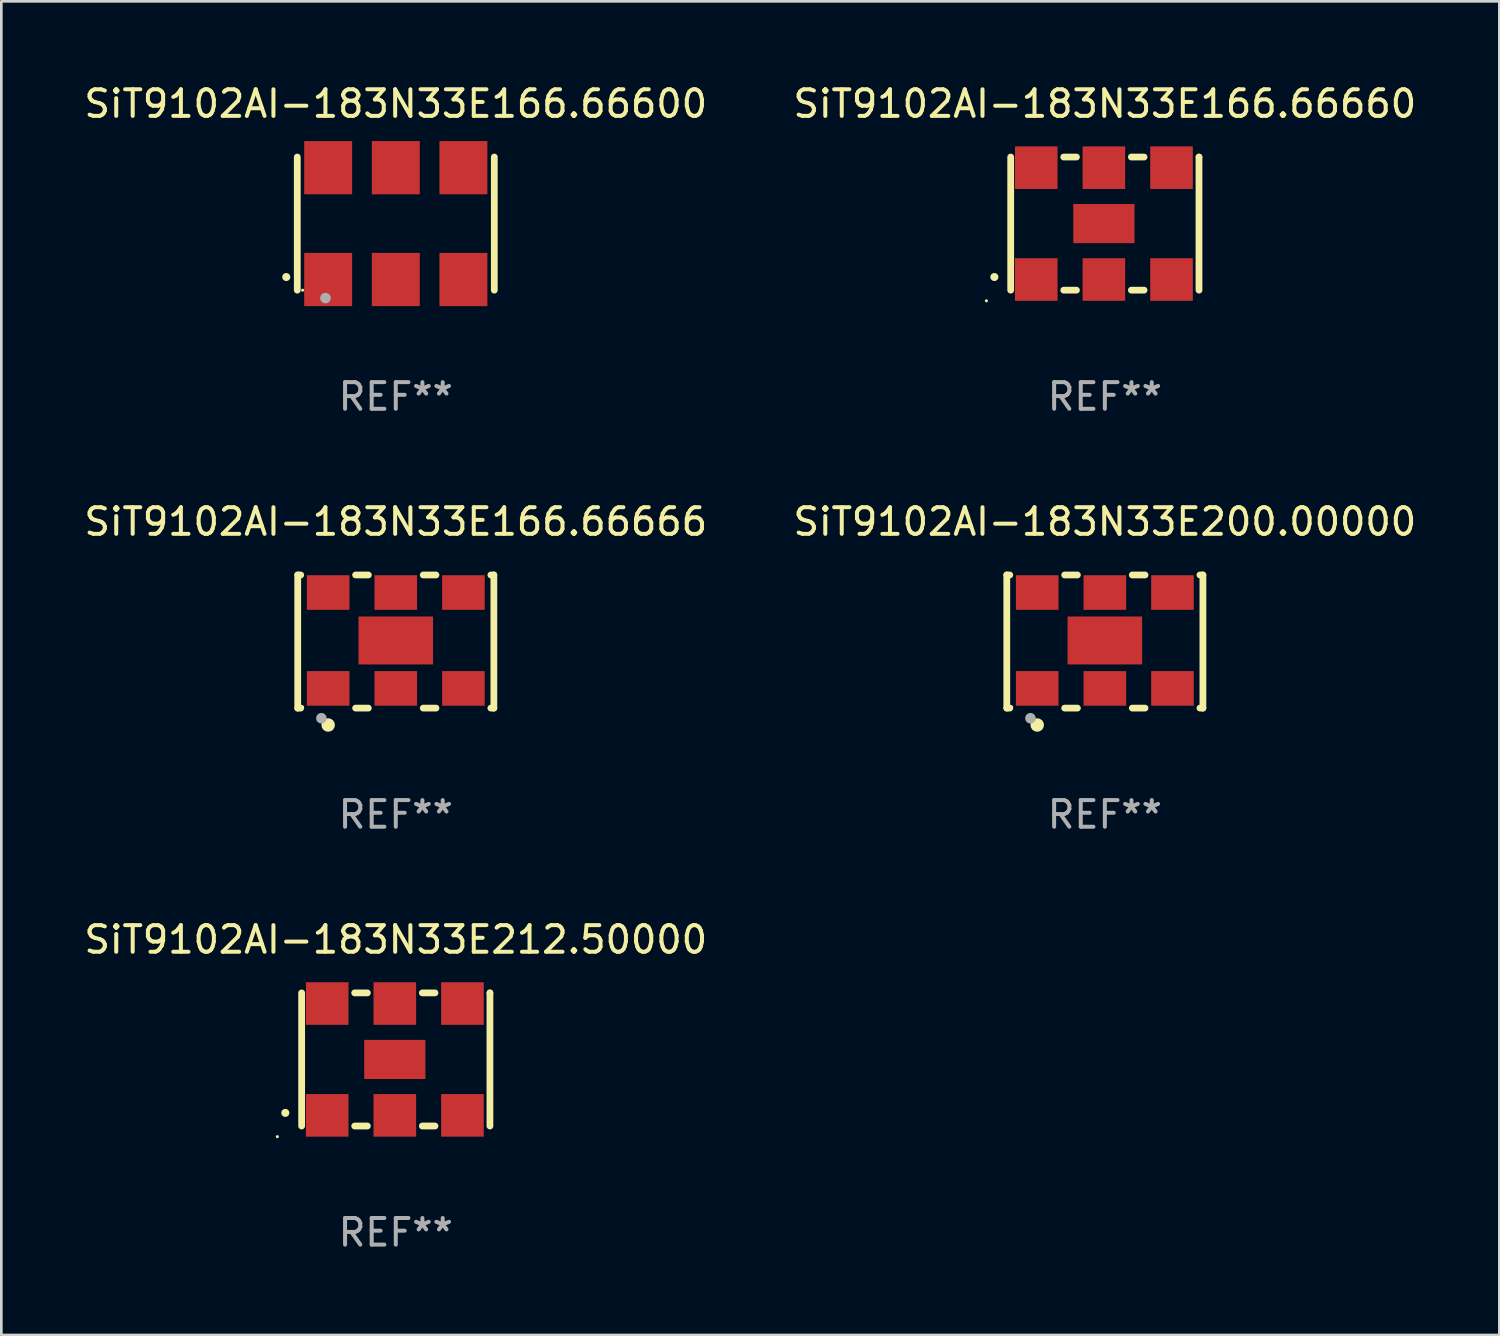
<source format=kicad_pcb>
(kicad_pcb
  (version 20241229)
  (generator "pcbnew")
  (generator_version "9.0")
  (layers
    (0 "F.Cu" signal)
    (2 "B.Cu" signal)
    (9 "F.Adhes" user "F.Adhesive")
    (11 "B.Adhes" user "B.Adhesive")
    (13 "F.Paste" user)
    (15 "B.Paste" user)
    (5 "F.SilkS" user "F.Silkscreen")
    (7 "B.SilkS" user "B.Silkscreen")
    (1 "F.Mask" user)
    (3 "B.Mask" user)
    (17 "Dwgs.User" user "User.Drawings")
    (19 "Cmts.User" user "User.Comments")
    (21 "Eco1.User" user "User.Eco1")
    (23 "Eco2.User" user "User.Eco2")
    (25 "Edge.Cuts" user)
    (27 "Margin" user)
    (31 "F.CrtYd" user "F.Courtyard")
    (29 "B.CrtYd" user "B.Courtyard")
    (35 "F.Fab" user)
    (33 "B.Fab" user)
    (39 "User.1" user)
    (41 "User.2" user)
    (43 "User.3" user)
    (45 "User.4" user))
  (footprint "SiT9102AI-183N33E200.00000"
    (layer "F.Cu")
    (at 38.446 21.045)
    (property "Reference" "SiT9102AI-183N33E200.00000" (at 0 -4.5 0) (layer "F.SilkS") (effects (font (size 1 1) (thickness 0.15))))
    (attr through_hole)
    (fp_line (start -3.683 -2.5) (end -3.571 -2.5) (stroke (width 0.254) (type solid)) (layer "F.SilkS"))
    (fp_line (start -3.683 2.5) (end -3.683 -2.5) (stroke (width 0.254) (type solid)) (layer "F.SilkS"))
    (fp_line (start -3.683 2.5) (end -3.571 2.5) (stroke (width 0.254) (type solid)) (layer "F.SilkS"))
    (fp_line (start -1.509 -2.5) (end -1.031 -2.5) (stroke (width 0.254) (type solid)) (layer "F.SilkS"))
    (fp_line (start -1.509 2.5) (end -1.031 2.5) (stroke (width 0.254) (type solid)) (layer "F.SilkS"))
    (fp_line (start 1.031 -2.5) (end 1.509 -2.5) (stroke (width 0.254) (type solid)) (layer "F.SilkS"))
    (fp_line (start 1.031 2.5) (end 1.509 2.5) (stroke (width 0.254) (type solid)) (layer "F.SilkS"))
    (fp_line (start 3.571 -2.5) (end 3.683 -2.5) (stroke (width 0.254) (type solid)) (layer "F.SilkS"))
    (fp_line (start 3.571 2.5) (end 3.683 2.5) (stroke (width 0.254) (type solid)) (layer "F.SilkS"))
    (fp_line (start 3.683 2.5) (end 3.683 -2.5) (stroke (width 0.254) (type solid)) (layer "F.SilkS"))
    (fp_circle (center -3.5 2.46) (end -3.47 2.46) (stroke (width 0.06) (type solid)) (fill no) (layer "F.SilkS"))
    (fp_circle (center -2.54 3.135) (end -2.413 3.135) (stroke (width 0.254) (type solid)) (fill no) (layer "F.SilkS"))
    (fp_circle (center -2.794 2.881) (end -2.694 2.881) (stroke (width 0.2) (type solid)) (fill no) (layer "F.Fab"))
    (fp_text user "REF**" (at 0 6.5 0) (layer "F.Fab") (effects (font (size 1 1) (thickness 0.15))))
    (pad "1" smd rect (at -2.54 1.76) (size 1.6 1.3) (layers "F.Cu" "F.Mask" "F.Paste"))
    (pad "2" smd rect (at 0 1.76) (size 1.6 1.3) (layers "F.Cu" "F.Mask" "F.Paste"))
    (pad "3" smd rect (at 2.54 1.76) (size 1.6 1.3) (layers "F.Cu" "F.Mask" "F.Paste"))
    (pad "4" smd rect (at 2.54 -1.84) (size 1.6 1.3) (layers "F.Cu" "F.Mask" "F.Paste"))
    (pad "5" smd rect (at 0 -1.84) (size 1.6 1.3) (layers "F.Cu" "F.Mask" "F.Paste"))
    (pad "6" smd rect (at -2.54 -1.84) (size 1.6 1.3) (layers "F.Cu" "F.Mask" "F.Paste"))
    (pad "7" smd rect (at 0 -0.04) (size 2.8 1.8) (layers "F.Cu" "F.Mask" "F.Paste")))
  (footprint "SiT9102AI-183N33E212.50000"
    (layer "F.Cu")
    (at 11.815 36.741)
    (property "Reference" "SiT9102AI-183N33E212.50000" (at 0 -4.5 0) (layer "F.SilkS") (effects (font (size 1 1) (thickness 0.15))))
    (attr through_hole)
    (fp_line (start -3.536 -2.5) (end -3.536 2.5) (stroke (width 0.254) (type solid)) (layer "F.SilkS"))
    (fp_line (start -1.544 2.5) (end -1.067 2.5) (stroke (width 0.254) (type solid)) (layer "F.SilkS"))
    (fp_line (start -1.067 -2.5) (end -1.544 -2.5) (stroke (width 0.254) (type solid)) (layer "F.SilkS"))
    (fp_line (start 0.996 2.5) (end 1.473 2.5) (stroke (width 0.254) (type solid)) (layer "F.SilkS"))
    (fp_line (start 1.473 -2.5) (end 0.996 -2.5) (stroke (width 0.254) (type solid)) (layer "F.SilkS"))
    (fp_line (start 3.536 -2.5) (end 3.536 -2.5) (stroke (width 0.254) (type solid)) (layer "F.SilkS"))
    (fp_line (start 3.536 2.5) (end 3.536 -2.5) (stroke (width 0.254) (type solid)) (layer "F.SilkS"))
    (fp_arc (start -4.150432 2.006604) (mid -4.149162 2.006599) (end -4.147892 2.006604) (stroke (width 0.3) (type solid)) (layer "F.SilkS"))
    (fp_circle (center -4.449 2.9) (end -4.419 2.9) (stroke (width 0.06) (type solid)) (fill no) (layer "F.SilkS"))
    (fp_text user "REF**" (at 0 6.5 0) (layer "F.Fab") (effects (font (size 1 1) (thickness 0.15))))
    (pad "1" smd rect (at -2.576 2.1) (size 1.6 1.6) (layers "F.Cu" "F.Mask" "F.Paste"))
    (pad "2" smd rect (at -0.036 2.1) (size 1.6 1.6) (layers "F.Cu" "F.Mask" "F.Paste"))
    (pad "3" smd rect (at 2.504 2.1) (size 1.6 1.6) (layers "F.Cu" "F.Mask" "F.Paste"))
    (pad "4" smd rect (at 2.504 -2.1) (size 1.6 1.6) (layers "F.Cu" "F.Mask" "F.Paste"))
    (pad "5" smd rect (at -0.036 -2.1) (size 1.6 1.6) (layers "F.Cu" "F.Mask" "F.Paste"))
    (pad "6" smd rect (at -2.576 -2.1) (size 1.6 1.6) (layers "F.Cu" "F.Mask" "F.Paste"))
    (pad "7" smd rect (at -0.036 0) (size 2.3 1.47) (layers "F.Cu" "F.Mask" "F.Paste")))
  (footprint "SiT9102AI-183N33E166.66666"
    (layer "F.Cu")
    (at 11.815 21.045)
    (property "Reference" "SiT9102AI-183N33E166.66666" (at 0 -4.5 0) (layer "F.SilkS") (effects (font (size 1 1) (thickness 0.15))))
    (attr through_hole)
    (fp_line (start -3.683 -2.5) (end -3.571 -2.5) (stroke (width 0.254) (type solid)) (layer "F.SilkS"))
    (fp_line (start -3.683 2.5) (end -3.683 -2.5) (stroke (width 0.254) (type solid)) (layer "F.SilkS"))
    (fp_line (start -3.683 2.5) (end -3.571 2.5) (stroke (width 0.254) (type solid)) (layer "F.SilkS"))
    (fp_line (start -1.509 -2.5) (end -1.031 -2.5) (stroke (width 0.254) (type solid)) (layer "F.SilkS"))
    (fp_line (start -1.509 2.5) (end -1.031 2.5) (stroke (width 0.254) (type solid)) (layer "F.SilkS"))
    (fp_line (start 1.031 -2.5) (end 1.509 -2.5) (stroke (width 0.254) (type solid)) (layer "F.SilkS"))
    (fp_line (start 1.031 2.5) (end 1.509 2.5) (stroke (width 0.254) (type solid)) (layer "F.SilkS"))
    (fp_line (start 3.571 -2.5) (end 3.683 -2.5) (stroke (width 0.254) (type solid)) (layer "F.SilkS"))
    (fp_line (start 3.571 2.5) (end 3.683 2.5) (stroke (width 0.254) (type solid)) (layer "F.SilkS"))
    (fp_line (start 3.683 2.5) (end 3.683 -2.5) (stroke (width 0.254) (type solid)) (layer "F.SilkS"))
    (fp_circle (center -3.5 2.46) (end -3.47 2.46) (stroke (width 0.06) (type solid)) (fill no) (layer "F.SilkS"))
    (fp_circle (center -2.54 3.135) (end -2.413 3.135) (stroke (width 0.254) (type solid)) (fill no) (layer "F.SilkS"))
    (fp_circle (center -2.794 2.881) (end -2.694 2.881) (stroke (width 0.2) (type solid)) (fill no) (layer "F.Fab"))
    (fp_text user "REF**" (at 0 6.5 0) (layer "F.Fab") (effects (font (size 1 1) (thickness 0.15))))
    (pad "1" smd rect (at -2.54 1.76) (size 1.6 1.3) (layers "F.Cu" "F.Mask" "F.Paste"))
    (pad "2" smd rect (at 0 1.76) (size 1.6 1.3) (layers "F.Cu" "F.Mask" "F.Paste"))
    (pad "3" smd rect (at 2.54 1.76) (size 1.6 1.3) (layers "F.Cu" "F.Mask" "F.Paste"))
    (pad "4" smd rect (at 2.54 -1.84) (size 1.6 1.3) (layers "F.Cu" "F.Mask" "F.Paste"))
    (pad "5" smd rect (at 0 -1.84) (size 1.6 1.3) (layers "F.Cu" "F.Mask" "F.Paste"))
    (pad "6" smd rect (at -2.54 -1.84) (size 1.6 1.3) (layers "F.Cu" "F.Mask" "F.Paste"))
    (pad "7" smd rect (at 0 -0.04) (size 2.8 1.8) (layers "F.Cu" "F.Mask" "F.Paste")))
  (footprint "SiT9102AI-183N33E166.66660"
    (layer "F.Cu")
    (at 38.446 5.348)
    (property "Reference" "SiT9102AI-183N33E166.66660" (at 0 -4.5 0) (layer "F.SilkS") (effects (font (size 1 1) (thickness 0.15))))
    (attr through_hole)
    (fp_line (start -3.536 -2.5) (end -3.536 2.5) (stroke (width 0.254) (type solid)) (layer "F.SilkS"))
    (fp_line (start -1.544 2.5) (end -1.067 2.5) (stroke (width 0.254) (type solid)) (layer "F.SilkS"))
    (fp_line (start -1.067 -2.5) (end -1.544 -2.5) (stroke (width 0.254) (type solid)) (layer "F.SilkS"))
    (fp_line (start 0.996 2.5) (end 1.473 2.5) (stroke (width 0.254) (type solid)) (layer "F.SilkS"))
    (fp_line (start 1.473 -2.5) (end 0.996 -2.5) (stroke (width 0.254) (type solid)) (layer "F.SilkS"))
    (fp_line (start 3.536 -2.5) (end 3.536 -2.5) (stroke (width 0.254) (type solid)) (layer "F.SilkS"))
    (fp_line (start 3.536 2.5) (end 3.536 -2.5) (stroke (width 0.254) (type solid)) (layer "F.SilkS"))
    (fp_arc (start -4.150432 2.006604) (mid -4.149162 2.006599) (end -4.147892 2.006604) (stroke (width 0.3) (type solid)) (layer "F.SilkS"))
    (fp_circle (center -4.449 2.9) (end -4.419 2.9) (stroke (width 0.06) (type solid)) (fill no) (layer "F.SilkS"))
    (fp_text user "REF**" (at 0 6.5 0) (layer "F.Fab") (effects (font (size 1 1) (thickness 0.15))))
    (pad "1" smd rect (at -2.576 2.1) (size 1.6 1.6) (layers "F.Cu" "F.Mask" "F.Paste"))
    (pad "2" smd rect (at -0.036 2.1) (size 1.6 1.6) (layers "F.Cu" "F.Mask" "F.Paste"))
    (pad "3" smd rect (at 2.504 2.1) (size 1.6 1.6) (layers "F.Cu" "F.Mask" "F.Paste"))
    (pad "4" smd rect (at 2.504 -2.1) (size 1.6 1.6) (layers "F.Cu" "F.Mask" "F.Paste"))
    (pad "5" smd rect (at -0.036 -2.1) (size 1.6 1.6) (layers "F.Cu" "F.Mask" "F.Paste"))
    (pad "6" smd rect (at -2.576 -2.1) (size 1.6 1.6) (layers "F.Cu" "F.Mask" "F.Paste"))
    (pad "7" smd rect (at -0.036 0) (size 2.3 1.47) (layers "F.Cu" "F.Mask" "F.Paste")))
  (footprint "SiT9102AI-183N33E166.66600"
    (layer "F.Cu")
    (at 11.815 5.348)
    (property "Reference" "SiT9102AI-183N33E166.66600" (at 0 -4.5 0) (layer "F.SilkS") (effects (font (size 1 1) (thickness 0.15))))
    (attr through_hole)
    (fp_line (start -3.7 -2.5) (end -3.7 2.5) (stroke (width 0.254) (type solid)) (layer "F.SilkS"))
    (fp_line (start 3.7 -2.5) (end 3.7 2.5) (stroke (width 0.254) (type solid)) (layer "F.SilkS"))
    (fp_arc (start -4.114415 2.006604) (mid -4.113145 2.006599) (end -4.111875 2.006604) (stroke (width 0.3) (type solid)) (layer "F.SilkS"))
    (fp_circle (center -3.5 2.501) (end -3.47 2.501) (stroke (width 0.06) (type solid)) (fill no) (layer "F.SilkS"))
    (fp_circle (center -2.641 2.799) (end -2.541 2.799) (stroke (width 0.2) (type solid)) (fill no) (layer "F.Fab"))
    (fp_text user "REF**" (at 0 6.5 0) (layer "F.Fab") (effects (font (size 1 1) (thickness 0.15))))
    (pad "1" smd rect (at -2.54 2.1) (size 1.8 2) (layers "F.Cu" "F.Mask" "F.Paste"))
    (pad "2" smd rect (at 0.000394 2.1) (size 1.8 2) (layers "F.Cu" "F.Mask" "F.Paste"))
    (pad "3" smd rect (at 2.54 2.1) (size 1.8 2) (layers "F.Cu" "F.Mask" "F.Paste"))
    (pad "4" smd rect (at 2.54 -2.1) (size 1.8 2) (layers "F.Cu" "F.Mask" "F.Paste"))
    (pad "5" smd rect (at 0.000394 -2.1) (size 1.8 2) (layers "F.Cu" "F.Mask" "F.Paste"))
    (pad "6" smd rect (at -2.54 -2.1) (size 1.8 2) (layers "F.Cu" "F.Mask" "F.Paste")))
  (gr_rect
    (start -3 -3)
    (end 53.262 47.09)
    (stroke (width 0.1) (type default))
    (fill no)
    (layer "Edge.Cuts")))
</source>
